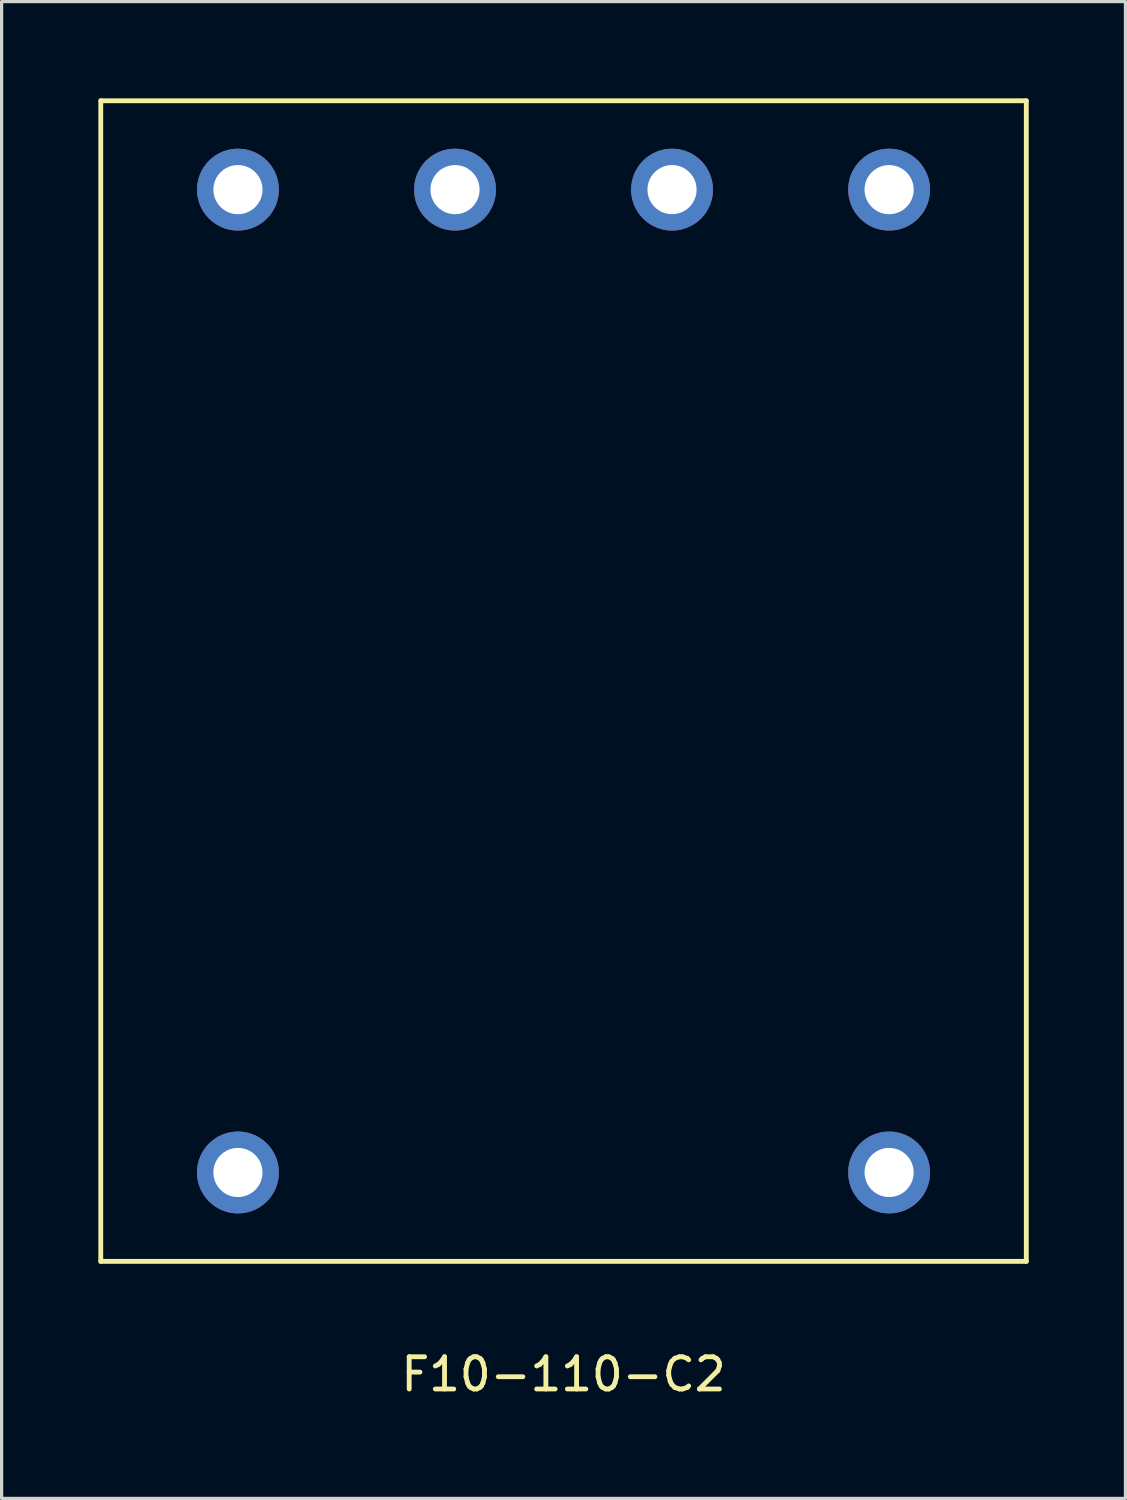
<source format=kicad_pcb>
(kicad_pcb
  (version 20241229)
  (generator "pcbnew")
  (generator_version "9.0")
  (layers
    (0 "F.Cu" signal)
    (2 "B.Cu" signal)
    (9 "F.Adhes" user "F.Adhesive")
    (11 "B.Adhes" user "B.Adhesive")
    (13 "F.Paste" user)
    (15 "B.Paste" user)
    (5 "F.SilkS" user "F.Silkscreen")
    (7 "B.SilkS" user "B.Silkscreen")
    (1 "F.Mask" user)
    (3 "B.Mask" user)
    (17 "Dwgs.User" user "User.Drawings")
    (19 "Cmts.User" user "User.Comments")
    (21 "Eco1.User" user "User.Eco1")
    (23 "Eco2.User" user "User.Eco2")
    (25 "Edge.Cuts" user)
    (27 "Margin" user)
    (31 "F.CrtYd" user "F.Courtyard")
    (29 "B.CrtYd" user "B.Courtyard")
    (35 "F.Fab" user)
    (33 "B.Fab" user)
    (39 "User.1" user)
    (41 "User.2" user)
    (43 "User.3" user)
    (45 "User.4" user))
  (footprint "F10-110-C2"
    (layer "F.Cu")
    (at 14.426 18.071)
    (property "Reference" "F10-110-C2" (at 0 21.5 0) (layer "F.SilkS") (effects (font (size 1 1) (thickness 0.15))))
    (attr through_hole)
    (fp_line (start -14.351 -17.996) (end 14.351 -17.996) (stroke (width 0.15) (type solid)) (layer "F.SilkS"))
    (fp_line (start -14.351 17.996) (end -14.351 -17.996) (stroke (width 0.15) (type solid)) (layer "F.SilkS"))
    (fp_line (start -14.351 17.996) (end 14.351 17.996) (stroke (width 0.15) (type solid)) (layer "F.SilkS"))
    (fp_line (start 14.351 17.996) (end 14.351 -17.996) (stroke (width 0.15) (type solid)) (layer "F.SilkS"))
    (pad "1" thru_hole circle (at -10.097 15.24) (size 2.54 2.54) (drill 1.524) (layers "*.Cu" "*.Mask"))
    (pad "2" thru_hole circle (at 10.097 15.24) (size 2.54 2.54) (drill 1.524) (layers "*.Cu" "*.Mask"))
    (pad "3" thru_hole circle (at -10.097 -15.24) (size 2.54 2.54) (drill 1.524) (layers "*.Cu" "*.Mask"))
    (pad "4" thru_hole circle (at -3.365 -15.24) (size 2.54 2.54) (drill 1.524) (layers "*.Cu" "*.Mask"))
    (pad "5" thru_hole circle (at 3.365 -15.24) (size 2.54 2.54) (drill 1.524) (layers "*.Cu" "*.Mask"))
    (pad "6" thru_hole circle (at 10.097 -15.24) (size 2.54 2.54) (drill 1.524) (layers "*.Cu" "*.Mask")))
  (gr_rect
    (start -3 -3)
    (end 31.852 43.419)
    (stroke (width 0.1) (type default))
    (fill no)
    (layer "Edge.Cuts")))
</source>
